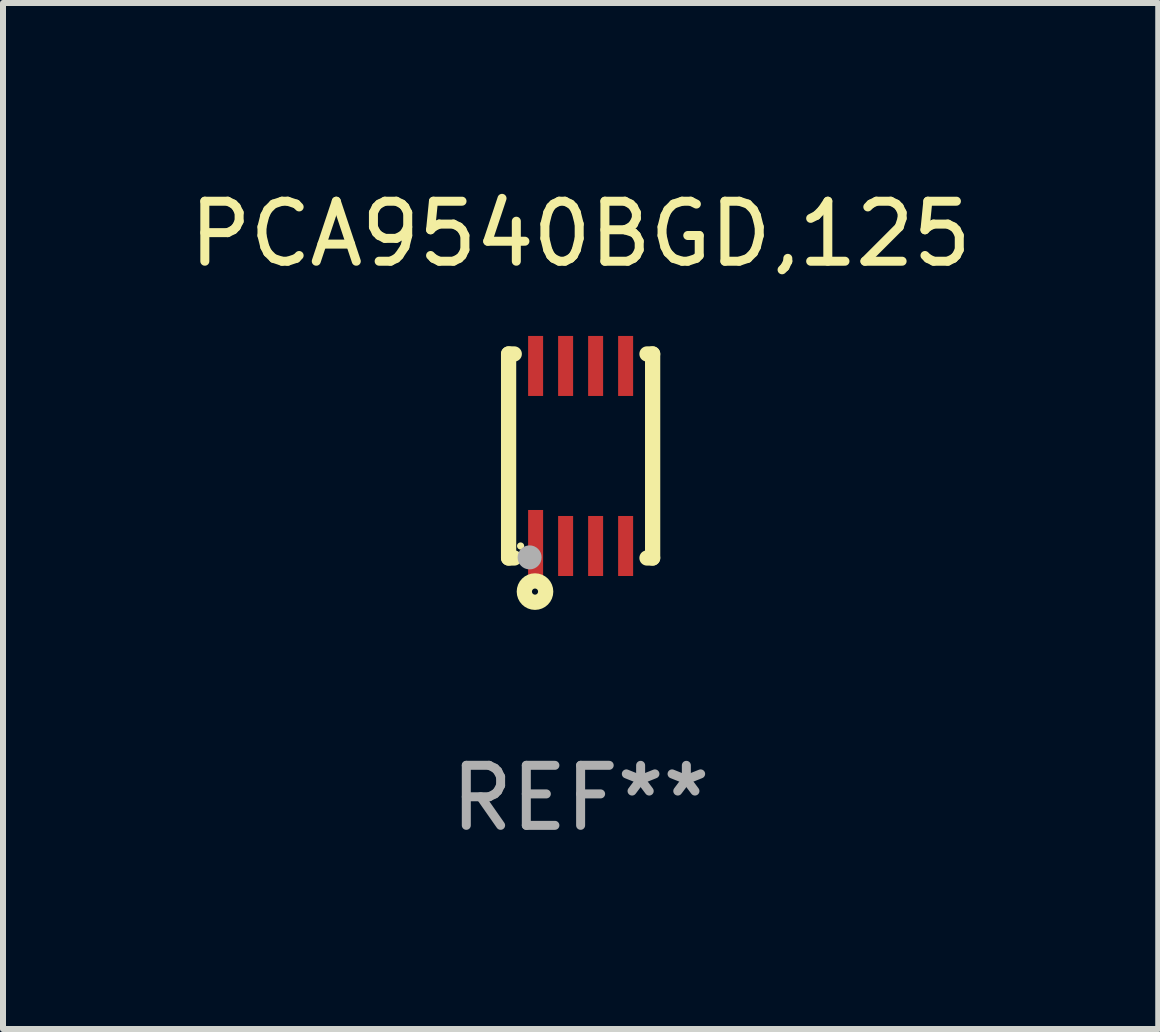
<source format=kicad_pcb>
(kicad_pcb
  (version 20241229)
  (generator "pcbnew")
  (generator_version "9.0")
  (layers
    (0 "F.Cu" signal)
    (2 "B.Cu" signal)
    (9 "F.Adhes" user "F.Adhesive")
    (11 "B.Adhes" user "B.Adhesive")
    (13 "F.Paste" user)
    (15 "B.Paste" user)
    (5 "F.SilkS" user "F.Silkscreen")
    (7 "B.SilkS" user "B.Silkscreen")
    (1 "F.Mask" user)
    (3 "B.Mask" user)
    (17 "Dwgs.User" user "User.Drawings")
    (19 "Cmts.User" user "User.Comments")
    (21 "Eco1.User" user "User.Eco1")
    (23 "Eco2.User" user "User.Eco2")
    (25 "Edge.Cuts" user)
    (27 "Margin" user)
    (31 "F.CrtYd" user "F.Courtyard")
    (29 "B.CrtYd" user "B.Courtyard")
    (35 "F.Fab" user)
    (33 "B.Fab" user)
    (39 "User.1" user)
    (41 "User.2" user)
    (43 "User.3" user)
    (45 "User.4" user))
  (footprint "PCA9540BGD,125"
    (layer "F.Cu")
    (at 6.625 4.548)
    (property "Reference" "PCA9540BGD,125" (at 0 -3.7 0) (layer "F.SilkS") (effects (font (size 1 1) (thickness 0.15))))
    (attr through_hole)
    (fp_line (start -1.2 -1.7) (end -1.2 1.7) (stroke (width 0.254) (type solid)) (layer "F.SilkS"))
    (fp_line (start -1.2 -1.7) (end -1.106 -1.7) (stroke (width 0.254) (type solid)) (layer "F.SilkS"))
    (fp_line (start -1.2 1.7) (end -1.106 1.7) (stroke (width 0.254) (type solid)) (layer "F.SilkS"))
    (fp_line (start 1.106 -1.7) (end 1.2 -1.7) (stroke (width 0.254) (type solid)) (layer "F.SilkS"))
    (fp_line (start 1.106 1.7) (end 1.2 1.7) (stroke (width 0.254) (type solid)) (layer "F.SilkS"))
    (fp_line (start 1.2 -1.7) (end 1.2 1.7) (stroke (width 0.254) (type solid)) (layer "F.SilkS"))
    (fp_circle (center -1 1.5) (end -0.97 1.5) (stroke (width 0.06) (type solid)) (fill no) (layer "F.SilkS"))
    (fp_circle (center -0.76 2.26) (end -0.709 2.26) (stroke (width 0.254) (type solid)) (fill no) (layer "F.SilkS"))
    (fp_circle (center -0.85 1.69) (end -0.75 1.69) (stroke (width 0.2) (type solid)) (fill no) (layer "F.Fab"))
    (fp_text user "REF**" (at 0 5.7 0) (layer "F.Fab") (effects (font (size 1 1) (thickness 0.15))))
    (pad "1" smd rect (at -0.75 1.45) (size 0.25 1.1) (layers "F.Cu" "F.Mask" "F.Paste"))
    (pad "2" smd rect (at -0.25 1.5) (size 0.25 1) (layers "F.Cu" "F.Mask" "F.Paste"))
    (pad "3" smd rect (at 0.25 1.5) (size 0.25 1) (layers "F.Cu" "F.Mask" "F.Paste"))
    (pad "4" smd rect (at 0.75 1.5) (size 0.25 1) (layers "F.Cu" "F.Mask" "F.Paste"))
    (pad "5" smd rect (at 0.75 -1.5) (size 0.25 1) (layers "F.Cu" "F.Mask" "F.Paste"))
    (pad "6" smd rect (at 0.25 -1.5) (size 0.25 1) (layers "F.Cu" "F.Mask" "F.Paste"))
    (pad "7" smd rect (at -0.25 -1.5) (size 0.25 1) (layers "F.Cu" "F.Mask" "F.Paste"))
    (pad "8" smd rect (at -0.75 -1.5) (size 0.25 1) (layers "F.Cu" "F.Mask" "F.Paste")))
  (gr_rect
    (start -3 -3)
    (end 16.25 14.097)
    (stroke (width 0.1) (type default))
    (fill no)
    (layer "Edge.Cuts")))
</source>
